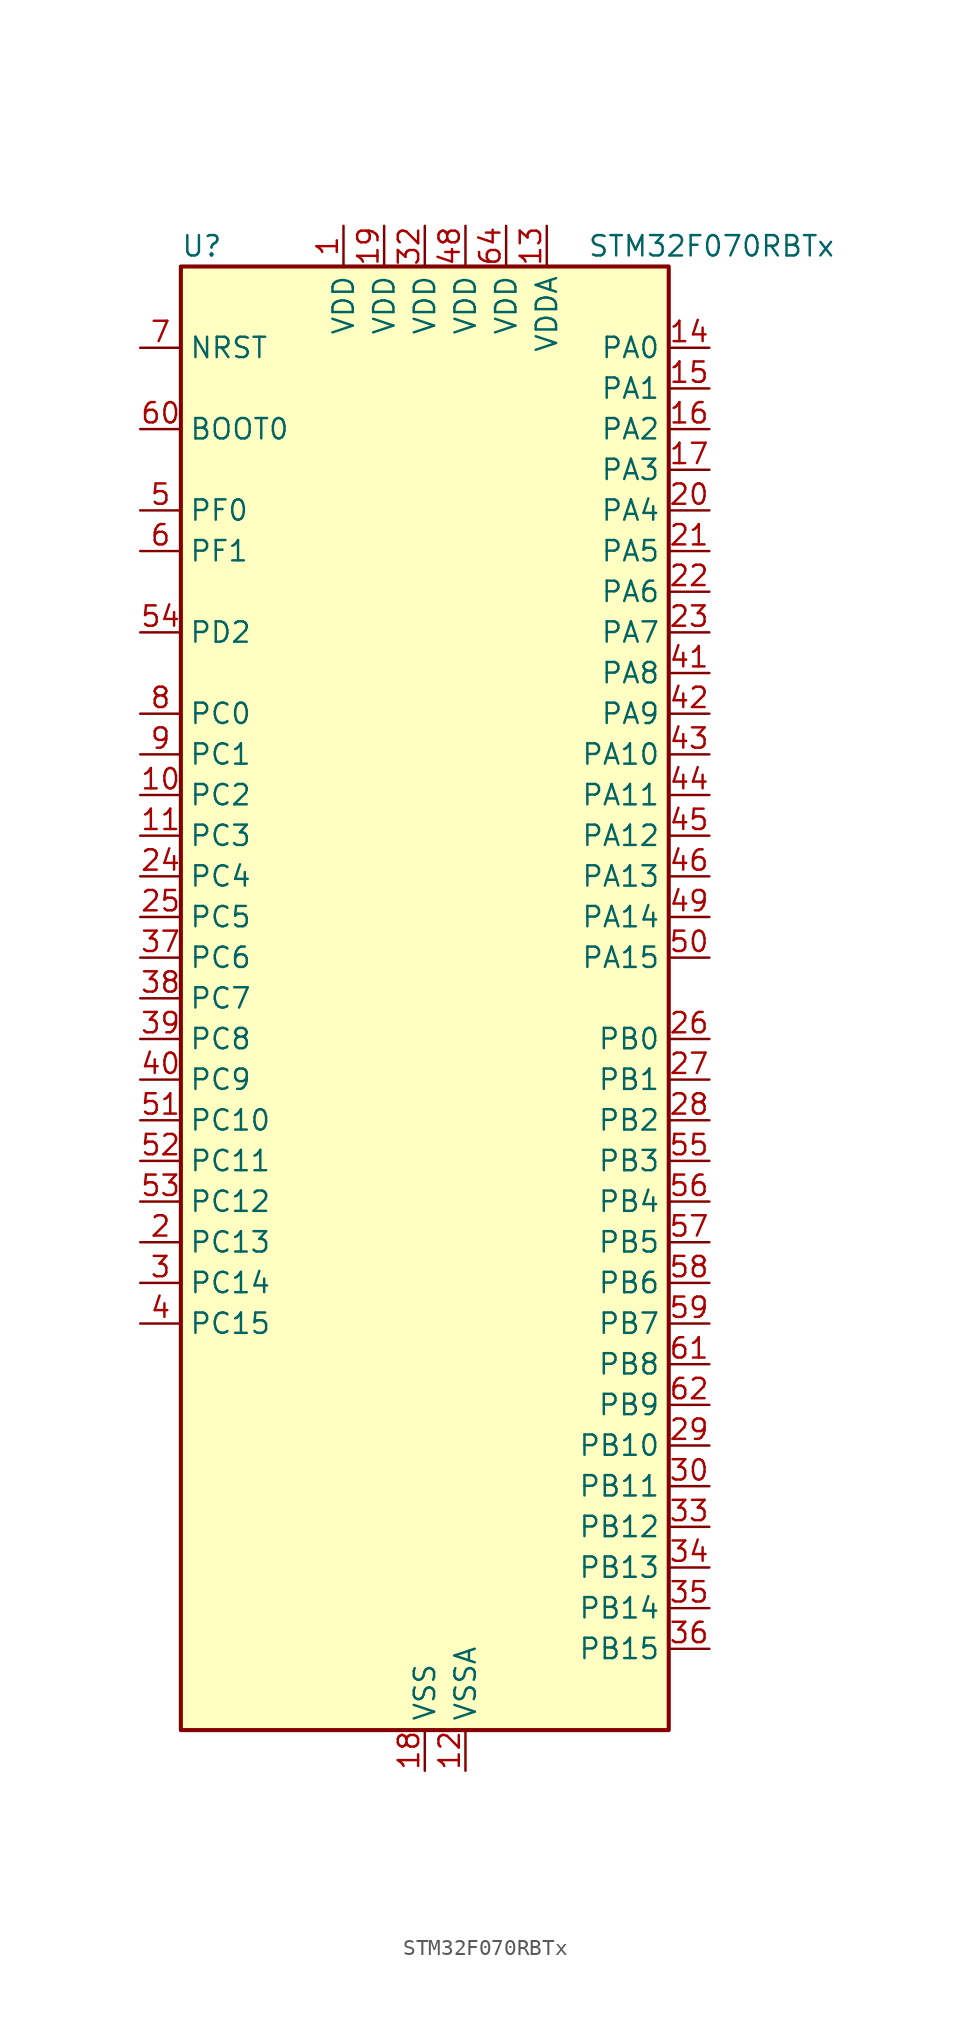
<source format=kicad_sym>
(kicad_symbol_lib
  (version 20241209)
  (generator "kicad_symbol_editor")
  (generator_version "9.0")
  (symbol "STM32F070RBTx"
    (property "Reference" "U"
      (at -15.24 46.99 0)
      (effects (font (size 1.27 1.27)) (justify left)))
    (property "Value" "STM32F070RBTx"
      (at 10.16 46.99 0)
      (effects (font (size 1.27 1.27)) (justify left)))
    (symbol "STM32F070RBTx_0_1"
      (rectangle (start -15.24 -45.72) (end 15.24 45.72) (stroke (width 0.254) (type default)) (fill (type background))))
    (symbol "STM32F070RBTx_1_1"
      (pin input line (at -17.78 40.64 0) (length 2.54) (name "NRST" (effects (font (size 1.27 1.27)))) (number "7" (effects (font (size 1.27 1.27)))))
      (pin input line (at -17.78 35.56 0) (length 2.54) (name "BOOT0" (effects (font (size 1.27 1.27)))) (number "60" (effects (font (size 1.27 1.27)))))
      (pin bidirectional line (at -17.78 30.48 0) (length 2.54) (name "PF0" (effects (font (size 1.27 1.27)))) (number "5" (effects (font (size 1.27 1.27)))) (alternate "RCC_OSC_IN" bidirectional line))
      (pin bidirectional line (at -17.78 27.94 0) (length 2.54) (name "PF1" (effects (font (size 1.27 1.27)))) (number "6" (effects (font (size 1.27 1.27)))) (alternate "RCC_OSC_OUT" bidirectional line))
      (pin bidirectional line (at -17.78 22.86 0) (length 2.54) (name "PD2" (effects (font (size 1.27 1.27)))) (number "54" (effects (font (size 1.27 1.27)))) (alternate "TIM3_ETR" bidirectional line) (alternate "USART3_DE" bidirectional line) (alternate "USART3_RTS" bidirectional line))
      (pin bidirectional line (at -17.78 17.78 0) (length 2.54) (name "PC0" (effects (font (size 1.27 1.27)))) (number "8" (effects (font (size 1.27 1.27)))) (alternate "ADC_IN10" bidirectional line))
      (pin bidirectional line (at -17.78 15.24 0) (length 2.54) (name "PC1" (effects (font (size 1.27 1.27)))) (number "9" (effects (font (size 1.27 1.27)))) (alternate "ADC_IN11" bidirectional line))
      (pin bidirectional line (at -17.78 12.7 0) (length 2.54) (name "PC2" (effects (font (size 1.27 1.27)))) (number "10" (effects (font (size 1.27 1.27)))) (alternate "ADC_IN12" bidirectional line) (alternate "SPI2_MISO" bidirectional line))
      (pin bidirectional line (at -17.78 10.16 0) (length 2.54) (name "PC3" (effects (font (size 1.27 1.27)))) (number "11" (effects (font (size 1.27 1.27)))) (alternate "ADC_IN13" bidirectional line) (alternate "SPI2_MOSI" bidirectional line))
      (pin bidirectional line (at -17.78 7.62 0) (length 2.54) (name "PC4" (effects (font (size 1.27 1.27)))) (number "24" (effects (font (size 1.27 1.27)))) (alternate "ADC_IN14" bidirectional line) (alternate "USART3_TX" bidirectional line))
      (pin bidirectional line (at -17.78 5.08 0) (length 2.54) (name "PC5" (effects (font (size 1.27 1.27)))) (number "25" (effects (font (size 1.27 1.27)))) (alternate "ADC_IN15" bidirectional line) (alternate "SYS_WKUP5" bidirectional line) (alternate "USART3_RX" bidirectional line))
      (pin bidirectional line (at -17.78 2.54 0) (length 2.54) (name "PC6" (effects (font (size 1.27 1.27)))) (number "37" (effects (font (size 1.27 1.27)))) (alternate "TIM3_CH1" bidirectional line))
      (pin bidirectional line (at -17.78 0 0) (length 2.54) (name "PC7" (effects (font (size 1.27 1.27)))) (number "38" (effects (font (size 1.27 1.27)))) (alternate "TIM3_CH2" bidirectional line))
      (pin bidirectional line (at -17.78 -2.54 0) (length 2.54) (name "PC8" (effects (font (size 1.27 1.27)))) (number "39" (effects (font (size 1.27 1.27)))) (alternate "TIM3_CH3" bidirectional line))
      (pin bidirectional line (at -17.78 -5.08 0) (length 2.54) (name "PC9" (effects (font (size 1.27 1.27)))) (number "40" (effects (font (size 1.27 1.27)))) (alternate "TIM3_CH4" bidirectional line))
      (pin bidirectional line (at -17.78 -7.62 0) (length 2.54) (name "PC10" (effects (font (size 1.27 1.27)))) (number "51" (effects (font (size 1.27 1.27)))) (alternate "USART3_TX" bidirectional line) (alternate "USART4_TX" bidirectional line))
      (pin bidirectional line (at -17.78 -10.16 0) (length 2.54) (name "PC11" (effects (font (size 1.27 1.27)))) (number "52" (effects (font (size 1.27 1.27)))) (alternate "USART3_RX" bidirectional line) (alternate "USART4_RX" bidirectional line))
      (pin bidirectional line (at -17.78 -12.7 0) (length 2.54) (name "PC12" (effects (font (size 1.27 1.27)))) (number "53" (effects (font (size 1.27 1.27)))) (alternate "USART3_CK" bidirectional line) (alternate "USART4_CK" bidirectional line))
      (pin bidirectional line (at -17.78 -15.24 0) (length 2.54) (name "PC13" (effects (font (size 1.27 1.27)))) (number "2" (effects (font (size 1.27 1.27)))) (alternate "RTC_OUT_ALARM" bidirectional line) (alternate "RTC_OUT_CALIB" bidirectional line) (alternate "RTC_TAMP1" bidirectional line) (alternate "RTC_TS" bidirectional line) (alternate "SYS_WKUP2" bidirectional line))
      (pin bidirectional line (at -17.78 -17.78 0) (length 2.54) (name "PC14" (effects (font (size 1.27 1.27)))) (number "3" (effects (font (size 1.27 1.27)))) (alternate "RCC_OSC32_IN" bidirectional line))
      (pin bidirectional line (at -17.78 -20.32 0) (length 2.54) (name "PC15" (effects (font (size 1.27 1.27)))) (number "4" (effects (font (size 1.27 1.27)))) (alternate "RCC_OSC32_OUT" bidirectional line))
      (pin power_in line (at -5.08 48.26 270) (length 2.54) (name "VDD" (effects (font (size 1.27 1.27)))) (number "1" (effects (font (size 1.27 1.27)))))
      (pin power_in line (at -2.54 48.26 270) (length 2.54) (name "VDD" (effects (font (size 1.27 1.27)))) (number "19" (effects (font (size 1.27 1.27)))))
      (pin power_in line (at 0 48.26 270) (length 2.54) (name "VDD" (effects (font (size 1.27 1.27)))) (number "32" (effects (font (size 1.27 1.27)))))
      (pin power_in line (at 0 -48.26 90) (length 2.54) (name "VSS" (effects (font (size 1.27 1.27)))) (number "18" (effects (font (size 1.27 1.27)))))
      (pin passive line (at 0 -48.26 90) (length 2.54) (hide yes) (name "VSS" (effects (font (size 1.27 1.27)))) (number "31" (effects (font (size 1.27 1.27)))))
      (pin passive line (at 0 -48.26 90) (length 2.54) (hide yes) (name "VSS" (effects (font (size 1.27 1.27)))) (number "47" (effects (font (size 1.27 1.27)))))
      (pin passive line (at 0 -48.26 90) (length 2.54) (hide yes) (name "VSS" (effects (font (size 1.27 1.27)))) (number "63" (effects (font (size 1.27 1.27)))))
      (pin power_in line (at 2.54 48.26 270) (length 2.54) (name "VDD" (effects (font (size 1.27 1.27)))) (number "48" (effects (font (size 1.27 1.27)))))
      (pin power_in line (at 2.54 -48.26 90) (length 2.54) (name "VSSA" (effects (font (size 1.27 1.27)))) (number "12" (effects (font (size 1.27 1.27)))))
      (pin power_in line (at 5.08 48.26 270) (length 2.54) (name "VDD" (effects (font (size 1.27 1.27)))) (number "64" (effects (font (size 1.27 1.27)))))
      (pin power_in line (at 7.62 48.26 270) (length 2.54) (name "VDDA" (effects (font (size 1.27 1.27)))) (number "13" (effects (font (size 1.27 1.27)))))
      (pin bidirectional line (at 17.78 40.64 180) (length 2.54) (name "PA0" (effects (font (size 1.27 1.27)))) (number "14" (effects (font (size 1.27 1.27)))) (alternate "ADC_IN0" bidirectional line) (alternate "RTC_TAMP2" bidirectional line) (alternate "SYS_WKUP1" bidirectional line) (alternate "USART2_CTS" bidirectional line) (alternate "USART4_TX" bidirectional line))
      (pin bidirectional line (at 17.78 38.1 180) (length 2.54) (name "PA1" (effects (font (size 1.27 1.27)))) (number "15" (effects (font (size 1.27 1.27)))) (alternate "ADC_IN1" bidirectional line) (alternate "TIM15_CH1N" bidirectional line) (alternate "USART2_DE" bidirectional line) (alternate "USART2_RTS" bidirectional line) (alternate "USART4_RX" bidirectional line))
      (pin bidirectional line (at 17.78 35.56 180) (length 2.54) (name "PA2" (effects (font (size 1.27 1.27)))) (number "16" (effects (font (size 1.27 1.27)))) (alternate "ADC_IN2" bidirectional line) (alternate "SYS_WKUP4" bidirectional line) (alternate "TIM15_CH1" bidirectional line) (alternate "USART2_TX" bidirectional line))
      (pin bidirectional line (at 17.78 33.02 180) (length 2.54) (name "PA3" (effects (font (size 1.27 1.27)))) (number "17" (effects (font (size 1.27 1.27)))) (alternate "ADC_IN3" bidirectional line) (alternate "TIM15_CH2" bidirectional line) (alternate "USART2_RX" bidirectional line))
      (pin bidirectional line (at 17.78 30.48 180) (length 2.54) (name "PA4" (effects (font (size 1.27 1.27)))) (number "20" (effects (font (size 1.27 1.27)))) (alternate "ADC_IN4" bidirectional line) (alternate "SPI1_NSS" bidirectional line) (alternate "TIM14_CH1" bidirectional line) (alternate "USART2_CK" bidirectional line))
      (pin bidirectional line (at 17.78 27.94 180) (length 2.54) (name "PA5" (effects (font (size 1.27 1.27)))) (number "21" (effects (font (size 1.27 1.27)))) (alternate "ADC_IN5" bidirectional line) (alternate "SPI1_SCK" bidirectional line))
      (pin bidirectional line (at 17.78 25.4 180) (length 2.54) (name "PA6" (effects (font (size 1.27 1.27)))) (number "22" (effects (font (size 1.27 1.27)))) (alternate "ADC_IN6" bidirectional line) (alternate "SPI1_MISO" bidirectional line) (alternate "TIM16_CH1" bidirectional line) (alternate "TIM1_BKIN" bidirectional line) (alternate "TIM3_CH1" bidirectional line) (alternate "USART3_CTS" bidirectional line))
      (pin bidirectional line (at 17.78 22.86 180) (length 2.54) (name "PA7" (effects (font (size 1.27 1.27)))) (number "23" (effects (font (size 1.27 1.27)))) (alternate "ADC_IN7" bidirectional line) (alternate "SPI1_MOSI" bidirectional line) (alternate "TIM14_CH1" bidirectional line) (alternate "TIM17_CH1" bidirectional line) (alternate "TIM1_CH1N" bidirectional line) (alternate "TIM3_CH2" bidirectional line))
      (pin bidirectional line (at 17.78 20.32 180) (length 2.54) (name "PA8" (effects (font (size 1.27 1.27)))) (number "41" (effects (font (size 1.27 1.27)))) (alternate "RCC_MCO" bidirectional line) (alternate "TIM1_CH1" bidirectional line) (alternate "USART1_CK" bidirectional line))
      (pin bidirectional line (at 17.78 17.78 180) (length 2.54) (name "PA9" (effects (font (size 1.27 1.27)))) (number "42" (effects (font (size 1.27 1.27)))) (alternate "TIM15_BKIN" bidirectional line) (alternate "TIM1_CH2" bidirectional line) (alternate "USART1_TX" bidirectional line))
      (pin bidirectional line (at 17.78 15.24 180) (length 2.54) (name "PA10" (effects (font (size 1.27 1.27)))) (number "43" (effects (font (size 1.27 1.27)))) (alternate "TIM17_BKIN" bidirectional line) (alternate "TIM1_CH3" bidirectional line) (alternate "USART1_RX" bidirectional line))
      (pin bidirectional line (at 17.78 12.7 180) (length 2.54) (name "PA11" (effects (font (size 1.27 1.27)))) (number "44" (effects (font (size 1.27 1.27)))) (alternate "TIM1_CH4" bidirectional line) (alternate "USART1_CTS" bidirectional line) (alternate "USB_DM" bidirectional line))
      (pin bidirectional line (at 17.78 10.16 180) (length 2.54) (name "PA12" (effects (font (size 1.27 1.27)))) (number "45" (effects (font (size 1.27 1.27)))) (alternate "TIM1_ETR" bidirectional line) (alternate "USART1_DE" bidirectional line) (alternate "USART1_RTS" bidirectional line) (alternate "USB_DP" bidirectional line))
      (pin bidirectional line (at 17.78 7.62 180) (length 2.54) (name "PA13" (effects (font (size 1.27 1.27)))) (number "46" (effects (font (size 1.27 1.27)))) (alternate "IR_OUT" bidirectional line) (alternate "SYS_SWDIO" bidirectional line) (alternate "USB_NOE" bidirectional line))
      (pin bidirectional line (at 17.78 5.08 180) (length 2.54) (name "PA14" (effects (font (size 1.27 1.27)))) (number "49" (effects (font (size 1.27 1.27)))) (alternate "SYS_SWCLK" bidirectional line) (alternate "USART2_TX" bidirectional line))
      (pin bidirectional line (at 17.78 2.54 180) (length 2.54) (name "PA15" (effects (font (size 1.27 1.27)))) (number "50" (effects (font (size 1.27 1.27)))) (alternate "SPI1_NSS" bidirectional line) (alternate "USART2_RX" bidirectional line) (alternate "USART4_DE" bidirectional line) (alternate "USART4_RTS" bidirectional line))
      (pin bidirectional line (at 17.78 -2.54 180) (length 2.54) (name "PB0" (effects (font (size 1.27 1.27)))) (number "26" (effects (font (size 1.27 1.27)))) (alternate "ADC_IN8" bidirectional line) (alternate "TIM1_CH2N" bidirectional line) (alternate "TIM3_CH3" bidirectional line) (alternate "USART3_CK" bidirectional line))
      (pin bidirectional line (at 17.78 -5.08 180) (length 2.54) (name "PB1" (effects (font (size 1.27 1.27)))) (number "27" (effects (font (size 1.27 1.27)))) (alternate "ADC_IN9" bidirectional line) (alternate "TIM14_CH1" bidirectional line) (alternate "TIM1_CH3N" bidirectional line) (alternate "TIM3_CH4" bidirectional line) (alternate "USART3_DE" bidirectional line) (alternate "USART3_RTS" bidirectional line))
      (pin bidirectional line (at 17.78 -7.62 180) (length 2.54) (name "PB2" (effects (font (size 1.27 1.27)))) (number "28" (effects (font (size 1.27 1.27)))))
      (pin bidirectional line (at 17.78 -10.16 180) (length 2.54) (name "PB3" (effects (font (size 1.27 1.27)))) (number "55" (effects (font (size 1.27 1.27)))) (alternate "SPI1_SCK" bidirectional line))
      (pin bidirectional line (at 17.78 -12.7 180) (length 2.54) (name "PB4" (effects (font (size 1.27 1.27)))) (number "56" (effects (font (size 1.27 1.27)))) (alternate "SPI1_MISO" bidirectional line) (alternate "TIM17_BKIN" bidirectional line) (alternate "TIM3_CH1" bidirectional line))
      (pin bidirectional line (at 17.78 -15.24 180) (length 2.54) (name "PB5" (effects (font (size 1.27 1.27)))) (number "57" (effects (font (size 1.27 1.27)))) (alternate "I2C1_SMBA" bidirectional line) (alternate "SPI1_MOSI" bidirectional line) (alternate "SYS_WKUP6" bidirectional line) (alternate "TIM16_BKIN" bidirectional line) (alternate "TIM3_CH2" bidirectional line))
      (pin bidirectional line (at 17.78 -17.78 180) (length 2.54) (name "PB6" (effects (font (size 1.27 1.27)))) (number "58" (effects (font (size 1.27 1.27)))) (alternate "I2C1_SCL" bidirectional line) (alternate "TIM16_CH1N" bidirectional line) (alternate "USART1_TX" bidirectional line))
      (pin bidirectional line (at 17.78 -20.32 180) (length 2.54) (name "PB7" (effects (font (size 1.27 1.27)))) (number "59" (effects (font (size 1.27 1.27)))) (alternate "I2C1_SDA" bidirectional line) (alternate "TIM17_CH1N" bidirectional line) (alternate "USART1_RX" bidirectional line) (alternate "USART4_CTS" bidirectional line))
      (pin bidirectional line (at 17.78 -22.86 180) (length 2.54) (name "PB8" (effects (font (size 1.27 1.27)))) (number "61" (effects (font (size 1.27 1.27)))) (alternate "I2C1_SCL" bidirectional line) (alternate "TIM16_CH1" bidirectional line))
      (pin bidirectional line (at 17.78 -25.4 180) (length 2.54) (name "PB9" (effects (font (size 1.27 1.27)))) (number "62" (effects (font (size 1.27 1.27)))) (alternate "I2C1_SDA" bidirectional line) (alternate "IR_OUT" bidirectional line) (alternate "SPI2_NSS" bidirectional line) (alternate "TIM17_CH1" bidirectional line))
      (pin bidirectional line (at 17.78 -27.94 180) (length 2.54) (name "PB10" (effects (font (size 1.27 1.27)))) (number "29" (effects (font (size 1.27 1.27)))) (alternate "I2C2_SCL" bidirectional line) (alternate "SPI2_SCK" bidirectional line) (alternate "USART3_TX" bidirectional line))
      (pin bidirectional line (at 17.78 -30.48 180) (length 2.54) (name "PB11" (effects (font (size 1.27 1.27)))) (number "30" (effects (font (size 1.27 1.27)))) (alternate "I2C2_SDA" bidirectional line) (alternate "USART3_RX" bidirectional line))
      (pin bidirectional line (at 17.78 -33.02 180) (length 2.54) (name "PB12" (effects (font (size 1.27 1.27)))) (number "33" (effects (font (size 1.27 1.27)))) (alternate "SPI2_NSS" bidirectional line) (alternate "TIM15_BKIN" bidirectional line) (alternate "TIM1_BKIN" bidirectional line) (alternate "USART3_CK" bidirectional line))
      (pin bidirectional line (at 17.78 -35.56 180) (length 2.54) (name "PB13" (effects (font (size 1.27 1.27)))) (number "34" (effects (font (size 1.27 1.27)))) (alternate "I2C2_SCL" bidirectional line) (alternate "SPI2_SCK" bidirectional line) (alternate "TIM1_CH1N" bidirectional line) (alternate "USART3_CTS" bidirectional line))
      (pin bidirectional line (at 17.78 -38.1 180) (length 2.54) (name "PB14" (effects (font (size 1.27 1.27)))) (number "35" (effects (font (size 1.27 1.27)))) (alternate "I2C2_SDA" bidirectional line) (alternate "SPI2_MISO" bidirectional line) (alternate "TIM15_CH1" bidirectional line) (alternate "TIM1_CH2N" bidirectional line) (alternate "USART3_DE" bidirectional line) (alternate "USART3_RTS" bidirectional line))
      (pin bidirectional line (at 17.78 -40.64 180) (length 2.54) (name "PB15" (effects (font (size 1.27 1.27)))) (number "36" (effects (font (size 1.27 1.27)))) (alternate "RTC_REFIN" bidirectional line) (alternate "SPI2_MOSI" bidirectional line) (alternate "SYS_WKUP7" bidirectional line) (alternate "TIM15_CH1N" bidirectional line) (alternate "TIM15_CH2" bidirectional line) (alternate "TIM1_CH3N" bidirectional line)))))
</source>
